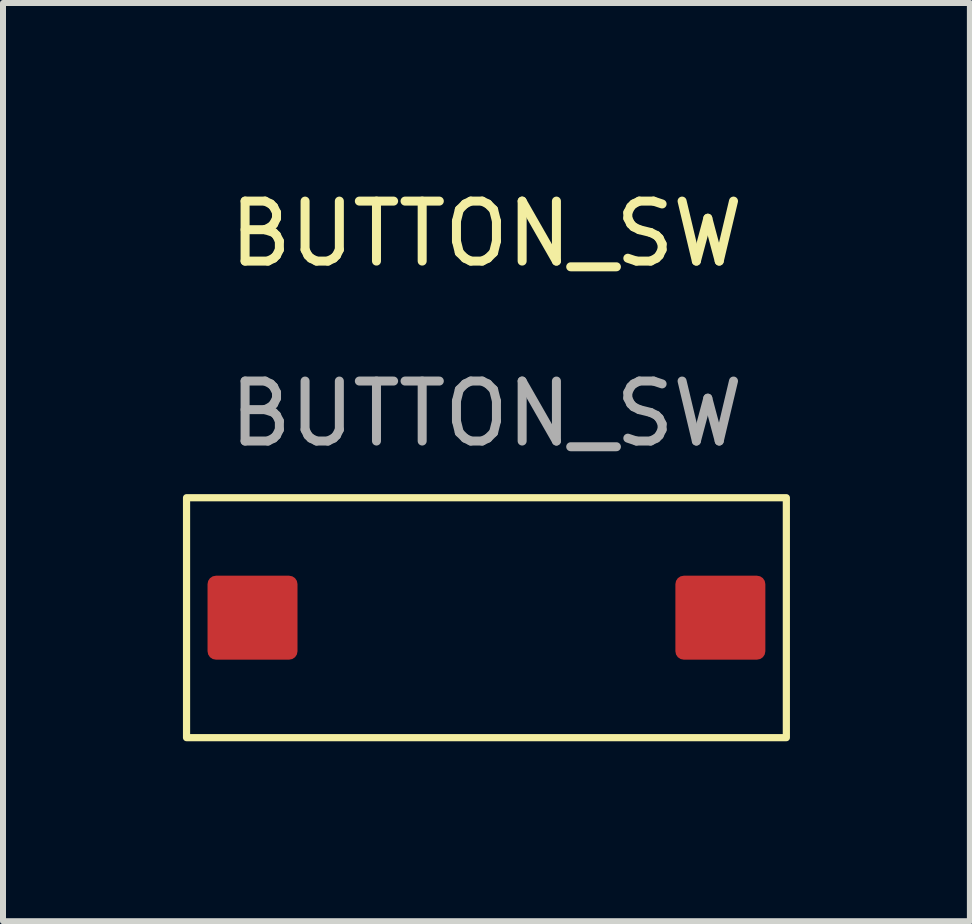
<source format=kicad_pcb>
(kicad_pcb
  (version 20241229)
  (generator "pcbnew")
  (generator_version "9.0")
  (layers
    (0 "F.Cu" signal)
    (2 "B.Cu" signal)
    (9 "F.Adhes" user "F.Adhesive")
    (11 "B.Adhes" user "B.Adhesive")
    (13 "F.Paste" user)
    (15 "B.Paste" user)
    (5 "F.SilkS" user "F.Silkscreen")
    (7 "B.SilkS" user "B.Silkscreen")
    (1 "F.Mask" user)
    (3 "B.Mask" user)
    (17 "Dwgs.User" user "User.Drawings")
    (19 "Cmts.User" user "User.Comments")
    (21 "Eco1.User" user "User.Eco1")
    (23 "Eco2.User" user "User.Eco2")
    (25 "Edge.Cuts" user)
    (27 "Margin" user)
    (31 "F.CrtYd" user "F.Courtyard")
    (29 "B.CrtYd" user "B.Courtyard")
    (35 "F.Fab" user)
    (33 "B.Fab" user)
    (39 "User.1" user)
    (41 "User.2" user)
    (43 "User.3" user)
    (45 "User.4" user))
  (footprint "BUTTON_SW"
    (layer "F.Cu")
    (at 5.06 7.248)
    (property "Reference" "BUTTON_SW" (at 0 -6.4 0) (unlocked yes) (layer "F.SilkS") (effects (font (size 1 1) (thickness 0.15))))
    (attr smd)
    (fp_rect (start -5 2) (end 5 -2) (stroke (width 0.12) (type solid)) (fill no) (layer "F.SilkS"))
    (fp_text user "${REFERENCE}" (at 0 -3.4 0) (unlocked yes) (layer "F.Fab") (effects (font (size 1 1) (thickness 0.15))))
    (pad "1" smd roundrect (at -3.9 0) (size 1.5 1.4) (layers "F.Cu" "F.Mask" "F.Paste") (roundrect_rratio 0.1))
    (pad "2" smd roundrect (at 3.9 0) (size 1.5 1.4) (layers "F.Cu" "F.Mask" "F.Paste") (roundrect_rratio 0.1)))
  (gr_rect
    (start -3 -3)
    (end 13.12 12.308)
    (stroke (width 0.1) (type default))
    (fill no)
    (layer "Edge.Cuts")))
</source>
